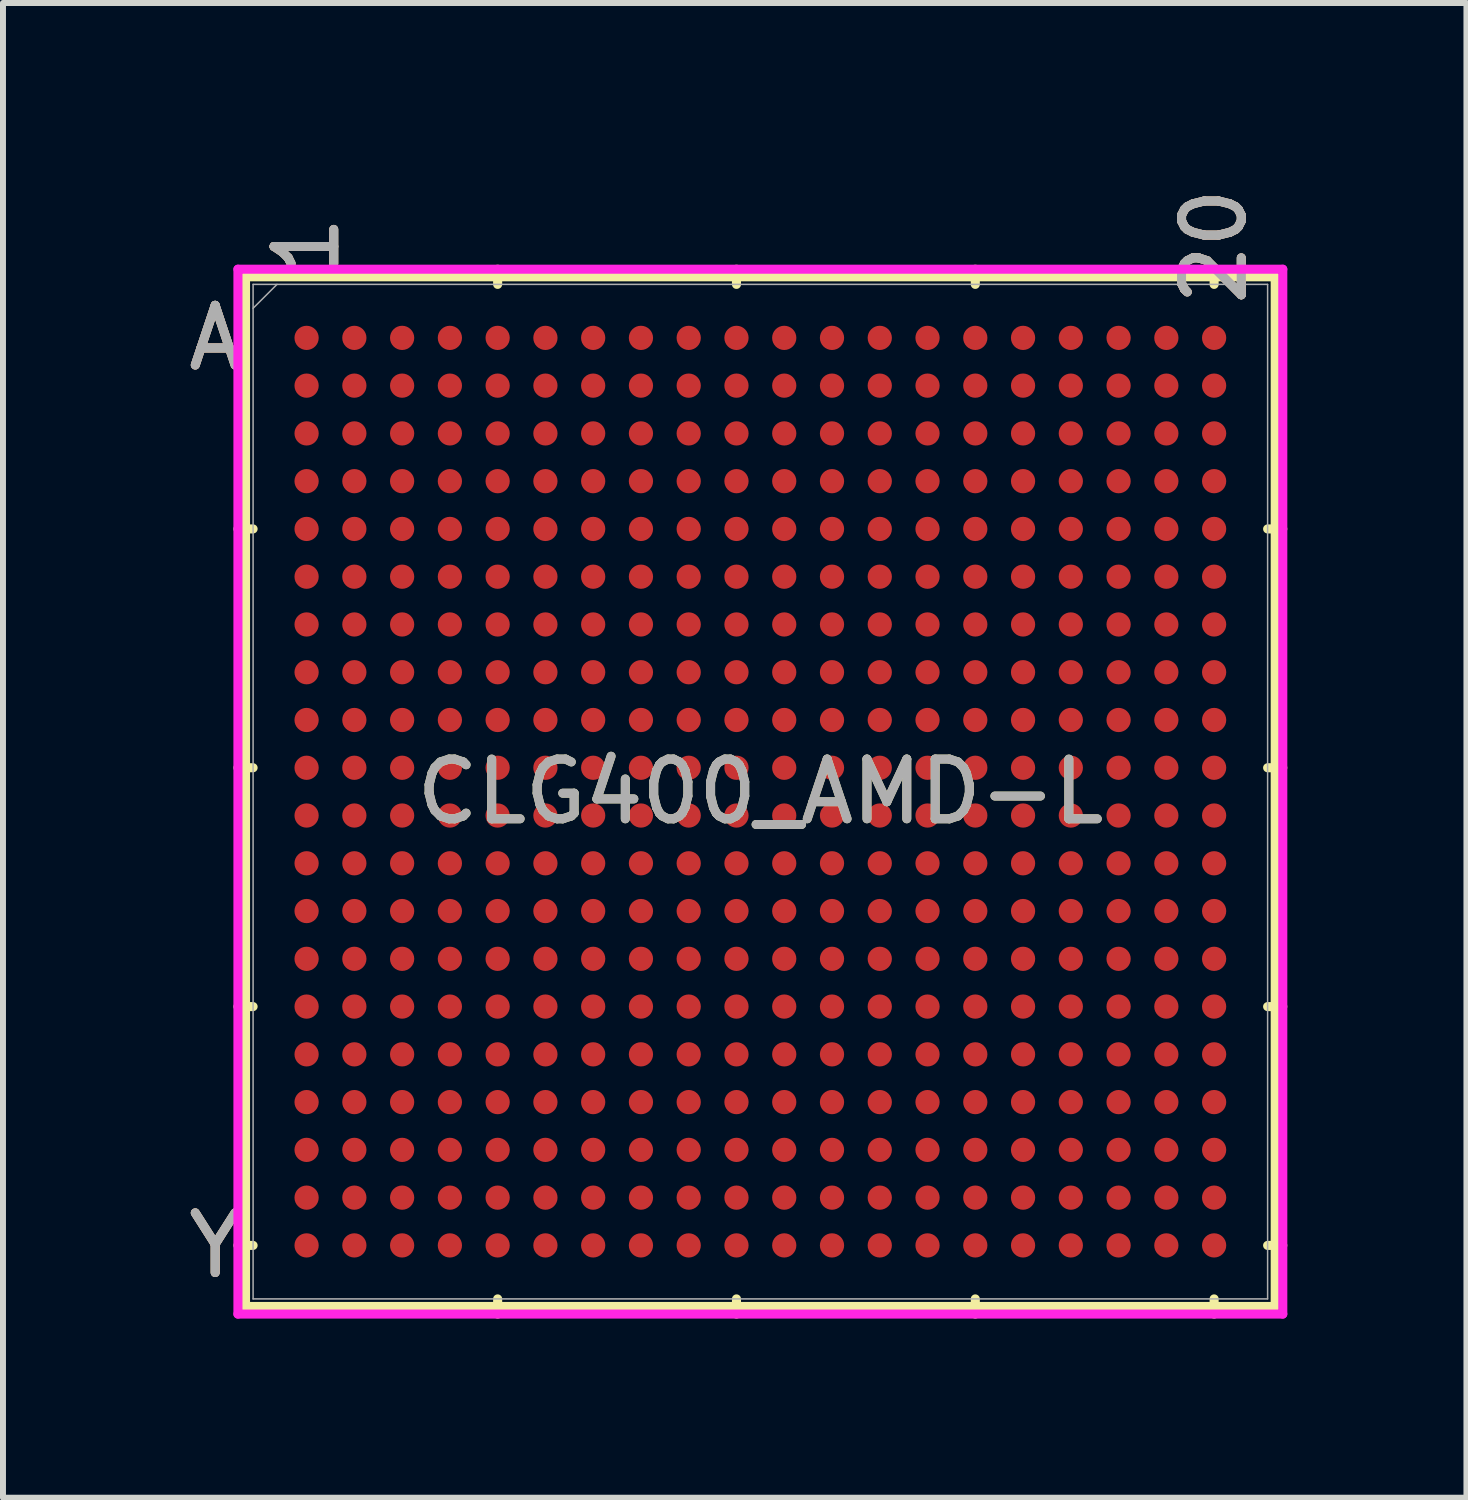
<source format=kicad_pcb>
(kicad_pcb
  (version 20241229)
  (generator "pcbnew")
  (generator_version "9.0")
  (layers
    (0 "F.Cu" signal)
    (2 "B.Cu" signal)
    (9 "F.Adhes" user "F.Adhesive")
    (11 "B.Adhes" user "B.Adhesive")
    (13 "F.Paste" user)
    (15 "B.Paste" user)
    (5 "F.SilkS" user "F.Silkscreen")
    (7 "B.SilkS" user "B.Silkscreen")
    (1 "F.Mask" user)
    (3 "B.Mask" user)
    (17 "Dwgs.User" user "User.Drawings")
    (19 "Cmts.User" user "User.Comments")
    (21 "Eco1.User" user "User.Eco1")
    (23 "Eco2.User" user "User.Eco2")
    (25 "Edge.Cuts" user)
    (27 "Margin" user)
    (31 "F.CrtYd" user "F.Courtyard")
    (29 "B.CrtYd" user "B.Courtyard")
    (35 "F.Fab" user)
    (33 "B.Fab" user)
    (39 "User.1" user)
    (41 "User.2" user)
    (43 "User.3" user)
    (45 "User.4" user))
  (footprint "CLG400_AMD-L"
    (layer "F.Cu")
    (at 9.685 10.209)
    (property "Reference" "CLG400_AMD-L" (at 0 0 0) (unlocked yes) (layer "F.SilkS") (effects (font (size 1 1) (thickness 0.15))))
    (attr smd)
    (fp_line (start -8.623 -8.623) (end -8.623 8.623) (stroke (width 0.152) (type solid)) (layer "F.SilkS"))
    (fp_line (start -8.623 8.623) (end 8.623 8.623) (stroke (width 0.152) (type solid)) (layer "F.SilkS"))
    (fp_line (start -8.496 -4.4) (end -8.75 -4.4) (stroke (width 0.152) (type solid)) (layer "F.SilkS"))
    (fp_line (start -8.496 -0.4) (end -8.75 -0.4) (stroke (width 0.152) (type solid)) (layer "F.SilkS"))
    (fp_line (start -8.496 3.6) (end -8.75 3.6) (stroke (width 0.152) (type solid)) (layer "F.SilkS"))
    (fp_line (start -8.496 7.6) (end -8.75 7.6) (stroke (width 0.152) (type solid)) (layer "F.SilkS"))
    (fp_line (start -4.4 -8.496) (end -4.4 -8.75) (stroke (width 0.152) (type solid)) (layer "F.SilkS"))
    (fp_line (start -4.4 8.496) (end -4.4 8.75) (stroke (width 0.152) (type solid)) (layer "F.SilkS"))
    (fp_line (start -0.4 -8.496) (end -0.4 -8.75) (stroke (width 0.152) (type solid)) (layer "F.SilkS"))
    (fp_line (start -0.4 8.496) (end -0.4 8.75) (stroke (width 0.152) (type solid)) (layer "F.SilkS"))
    (fp_line (start 3.6 -8.496) (end 3.6 -8.75) (stroke (width 0.152) (type solid)) (layer "F.SilkS"))
    (fp_line (start 3.6 8.496) (end 3.6 8.75) (stroke (width 0.152) (type solid)) (layer "F.SilkS"))
    (fp_line (start 7.6 -8.496) (end 7.6 -8.75) (stroke (width 0.152) (type solid)) (layer "F.SilkS"))
    (fp_line (start 7.6 8.496) (end 7.6 8.75) (stroke (width 0.152) (type solid)) (layer "F.SilkS"))
    (fp_line (start 8.496 -4.4) (end 8.75 -4.4) (stroke (width 0.152) (type solid)) (layer "F.SilkS"))
    (fp_line (start 8.496 -0.4) (end 8.75 -0.4) (stroke (width 0.152) (type solid)) (layer "F.SilkS"))
    (fp_line (start 8.496 3.6) (end 8.75 3.6) (stroke (width 0.152) (type solid)) (layer "F.SilkS"))
    (fp_line (start 8.496 7.6) (end 8.75 7.6) (stroke (width 0.152) (type solid)) (layer "F.SilkS"))
    (fp_line (start 8.623 -8.623) (end -8.623 -8.623) (stroke (width 0.152) (type solid)) (layer "F.SilkS"))
    (fp_line (start 8.623 8.623) (end 8.623 -8.623) (stroke (width 0.152) (type solid)) (layer "F.SilkS"))
    (fp_poly (pts (xy -8.444 -8.444) (xy 8.444 -8.444) (xy 8.444 8.444) (xy -8.444 8.444)) (stroke (width 0.1) (type solid)) (fill no) (layer "Eco2.User"))
    (fp_line (start -8.75 -8.75) (end 8.75 -8.75) (stroke (width 0.152) (type solid)) (layer "F.CrtYd"))
    (fp_line (start -8.75 8.75) (end -8.75 -8.75) (stroke (width 0.152) (type solid)) (layer "F.CrtYd"))
    (fp_line (start 8.75 -8.75) (end 8.75 8.75) (stroke (width 0.152) (type solid)) (layer "F.CrtYd"))
    (fp_line (start 8.75 8.75) (end -8.75 8.75) (stroke (width 0.152) (type solid)) (layer "F.CrtYd"))
    (fp_line (start -8.496 -8.496) (end -8.496 8.496) (stroke (width 0.025) (type solid)) (layer "F.Fab"))
    (fp_line (start -8.496 8.496) (end 8.496 8.496) (stroke (width 0.025) (type solid)) (layer "F.Fab"))
    (fp_line (start -8.096 -8.496) (end -8.496 -8.096) (stroke (width 0.025) (type solid)) (layer "F.Fab"))
    (fp_line (start 8.496 -8.496) (end -8.496 -8.496) (stroke (width 0.025) (type solid)) (layer "F.Fab"))
    (fp_line (start 8.496 8.496) (end 8.496 -8.496) (stroke (width 0.025) (type solid)) (layer "F.Fab"))
    (fp_text user "Y" (at -9.131 7.6 0) (unlocked yes) (layer "F.SilkS") (effects (font (size 1 1) (thickness 0.15))))
    (fp_text user "1" (at -7.6 -9.131 90) (unlocked yes) (layer "F.SilkS") (effects (font (size 1 1) (thickness 0.15))))
    (fp_text user "20" (at 7.6 -9.131 90) (unlocked yes) (layer "F.SilkS") (effects (font (size 1 1) (thickness 0.15))))
    (fp_text user "A" (at -9.131 -7.6 0) (unlocked yes) (layer "F.SilkS") (effects (font (size 1 1) (thickness 0.15))))
    (fp_text user "1" (at -7.6 -9.131 90) (unlocked yes) (layer "B.SilkS") (effects (font (size 1 1) (thickness 0.15))))
    (fp_text user "Y" (at -9.131 7.6 0) (unlocked yes) (layer "B.SilkS") (effects (font (size 1 1) (thickness 0.15))))
    (fp_text user "20" (at 7.6 -9.131 90) (unlocked yes) (layer "B.SilkS") (effects (font (size 1 1) (thickness 0.15))))
    (fp_text user "A" (at -9.131 -7.6 0) (unlocked yes) (layer "B.SilkS") (effects (font (size 1 1) (thickness 0.15))))
    (fp_text user "20" (at 7.6 -9.131 90) (unlocked yes) (layer "F.Fab") (effects (font (size 1 1) (thickness 0.15))))
    (fp_text user "Y" (at -9.131 7.6 0) (unlocked yes) (layer "F.Fab") (effects (font (size 1 1) (thickness 0.15))))
    (fp_text user "${REFERENCE}" (at 0 0 0) (unlocked yes) (layer "F.Fab") (effects (font (size 1 1) (thickness 0.15))))
    (fp_text user "1" (at -7.6 -9.131 90) (unlocked yes) (layer "F.Fab") (effects (font (size 1 1) (thickness 0.15))))
    (fp_text user "A" (at -9.131 -7.6 0) (unlocked yes) (layer "F.Fab") (effects (font (size 1 1) (thickness 0.15))))
    (pad "A1" smd circle (at -7.6 -7.6) (size 0.406 0.406) (layers "F.Cu" "F.Mask" "F.Paste"))
    (pad "A2" smd circle (at -6.8 -7.6) (size 0.406 0.406) (layers "F.Cu" "F.Mask" "F.Paste"))
    (pad "A3" smd circle (at -6 -7.6) (size 0.406 0.406) (layers "F.Cu" "F.Mask" "F.Paste"))
    (pad "A4" smd circle (at -5.2 -7.6) (size 0.406 0.406) (layers "F.Cu" "F.Mask" "F.Paste"))
    (pad "A5" smd circle (at -4.4 -7.6) (size 0.406 0.406) (layers "F.Cu" "F.Mask" "F.Paste"))
    (pad "A6" smd circle (at -3.6 -7.6) (size 0.406 0.406) (layers "F.Cu" "F.Mask" "F.Paste"))
    (pad "A7" smd circle (at -2.8 -7.6) (size 0.406 0.406) (layers "F.Cu" "F.Mask" "F.Paste"))
    (pad "A8" smd circle (at -2 -7.6) (size 0.406 0.406) (layers "F.Cu" "F.Mask" "F.Paste"))
    (pad "A9" smd circle (at -1.2 -7.6) (size 0.406 0.406) (layers "F.Cu" "F.Mask" "F.Paste"))
    (pad "A10" smd circle (at -0.4 -7.6) (size 0.406 0.406) (layers "F.Cu" "F.Mask" "F.Paste"))
    (pad "A11" smd circle (at 0.4 -7.6) (size 0.406 0.406) (layers "F.Cu" "F.Mask" "F.Paste"))
    (pad "A12" smd circle (at 1.2 -7.6) (size 0.406 0.406) (layers "F.Cu" "F.Mask" "F.Paste"))
    (pad "A13" smd circle (at 2 -7.6) (size 0.406 0.406) (layers "F.Cu" "F.Mask" "F.Paste"))
    (pad "A14" smd circle (at 2.8 -7.6) (size 0.406 0.406) (layers "F.Cu" "F.Mask" "F.Paste"))
    (pad "A15" smd circle (at 3.6 -7.6) (size 0.406 0.406) (layers "F.Cu" "F.Mask" "F.Paste"))
    (pad "A16" smd circle (at 4.4 -7.6) (size 0.406 0.406) (layers "F.Cu" "F.Mask" "F.Paste"))
    (pad "A17" smd circle (at 5.2 -7.6) (size 0.406 0.406) (layers "F.Cu" "F.Mask" "F.Paste"))
    (pad "A18" smd circle (at 6 -7.6) (size 0.406 0.406) (layers "F.Cu" "F.Mask" "F.Paste"))
    (pad "A19" smd circle (at 6.8 -7.6) (size 0.406 0.406) (layers "F.Cu" "F.Mask" "F.Paste"))
    (pad "A20" smd circle (at 7.6 -7.6) (size 0.406 0.406) (layers "F.Cu" "F.Mask" "F.Paste"))
    (pad "B1" smd circle (at -7.6 -6.8) (size 0.406 0.406) (layers "F.Cu" "F.Mask" "F.Paste"))
    (pad "B2" smd circle (at -6.8 -6.8) (size 0.406 0.406) (layers "F.Cu" "F.Mask" "F.Paste"))
    (pad "B3" smd circle (at -6 -6.8) (size 0.406 0.406) (layers "F.Cu" "F.Mask" "F.Paste"))
    (pad "B4" smd circle (at -5.2 -6.8) (size 0.406 0.406) (layers "F.Cu" "F.Mask" "F.Paste"))
    (pad "B5" smd circle (at -4.4 -6.8) (size 0.406 0.406) (layers "F.Cu" "F.Mask" "F.Paste"))
    (pad "B6" smd circle (at -3.6 -6.8) (size 0.406 0.406) (layers "F.Cu" "F.Mask" "F.Paste"))
    (pad "B7" smd circle (at -2.8 -6.8) (size 0.406 0.406) (layers "F.Cu" "F.Mask" "F.Paste"))
    (pad "B8" smd circle (at -2 -6.8) (size 0.406 0.406) (layers "F.Cu" "F.Mask" "F.Paste"))
    (pad "B9" smd circle (at -1.2 -6.8) (size 0.406 0.406) (layers "F.Cu" "F.Mask" "F.Paste"))
    (pad "B10" smd circle (at -0.4 -6.8) (size 0.406 0.406) (layers "F.Cu" "F.Mask" "F.Paste"))
    (pad "B11" smd circle (at 0.4 -6.8) (size 0.406 0.406) (layers "F.Cu" "F.Mask" "F.Paste"))
    (pad "B12" smd circle (at 1.2 -6.8) (size 0.406 0.406) (layers "F.Cu" "F.Mask" "F.Paste"))
    (pad "B13" smd circle (at 2 -6.8) (size 0.406 0.406) (layers "F.Cu" "F.Mask" "F.Paste"))
    (pad "B14" smd circle (at 2.8 -6.8) (size 0.406 0.406) (layers "F.Cu" "F.Mask" "F.Paste"))
    (pad "B15" smd circle (at 3.6 -6.8) (size 0.406 0.406) (layers "F.Cu" "F.Mask" "F.Paste"))
    (pad "B16" smd circle (at 4.4 -6.8) (size 0.406 0.406) (layers "F.Cu" "F.Mask" "F.Paste"))
    (pad "B17" smd circle (at 5.2 -6.8) (size 0.406 0.406) (layers "F.Cu" "F.Mask" "F.Paste"))
    (pad "B18" smd circle (at 6 -6.8) (size 0.406 0.406) (layers "F.Cu" "F.Mask" "F.Paste"))
    (pad "B19" smd circle (at 6.8 -6.8) (size 0.406 0.406) (layers "F.Cu" "F.Mask" "F.Paste"))
    (pad "B20" smd circle (at 7.6 -6.8) (size 0.406 0.406) (layers "F.Cu" "F.Mask" "F.Paste"))
    (pad "C1" smd circle (at -7.6 -6) (size 0.406 0.406) (layers "F.Cu" "F.Mask" "F.Paste"))
    (pad "C2" smd circle (at -6.8 -6) (size 0.406 0.406) (layers "F.Cu" "F.Mask" "F.Paste"))
    (pad "C3" smd circle (at -6 -6) (size 0.406 0.406) (layers "F.Cu" "F.Mask" "F.Paste"))
    (pad "C4" smd circle (at -5.2 -6) (size 0.406 0.406) (layers "F.Cu" "F.Mask" "F.Paste"))
    (pad "C5" smd circle (at -4.4 -6) (size 0.406 0.406) (layers "F.Cu" "F.Mask" "F.Paste"))
    (pad "C6" smd circle (at -3.6 -6) (size 0.406 0.406) (layers "F.Cu" "F.Mask" "F.Paste"))
    (pad "C7" smd circle (at -2.8 -6) (size 0.406 0.406) (layers "F.Cu" "F.Mask" "F.Paste"))
    (pad "C8" smd circle (at -2 -6) (size 0.406 0.406) (layers "F.Cu" "F.Mask" "F.Paste"))
    (pad "C9" smd circle (at -1.2 -6) (size 0.406 0.406) (layers "F.Cu" "F.Mask" "F.Paste"))
    (pad "C10" smd circle (at -0.4 -6) (size 0.406 0.406) (layers "F.Cu" "F.Mask" "F.Paste"))
    (pad "C11" smd circle (at 0.4 -6) (size 0.406 0.406) (layers "F.Cu" "F.Mask" "F.Paste"))
    (pad "C12" smd circle (at 1.2 -6) (size 0.406 0.406) (layers "F.Cu" "F.Mask" "F.Paste"))
    (pad "C13" smd circle (at 2 -6) (size 0.406 0.406) (layers "F.Cu" "F.Mask" "F.Paste"))
    (pad "C14" smd circle (at 2.8 -6) (size 0.406 0.406) (layers "F.Cu" "F.Mask" "F.Paste"))
    (pad "C15" smd circle (at 3.6 -6) (size 0.406 0.406) (layers "F.Cu" "F.Mask" "F.Paste"))
    (pad "C16" smd circle (at 4.4 -6) (size 0.406 0.406) (layers "F.Cu" "F.Mask" "F.Paste"))
    (pad "C17" smd circle (at 5.2 -6) (size 0.406 0.406) (layers "F.Cu" "F.Mask" "F.Paste"))
    (pad "C18" smd circle (at 6 -6) (size 0.406 0.406) (layers "F.Cu" "F.Mask" "F.Paste"))
    (pad "C19" smd circle (at 6.8 -6) (size 0.406 0.406) (layers "F.Cu" "F.Mask" "F.Paste"))
    (pad "C20" smd circle (at 7.6 -6) (size 0.406 0.406) (layers "F.Cu" "F.Mask" "F.Paste"))
    (pad "D1" smd circle (at -7.6 -5.2) (size 0.406 0.406) (layers "F.Cu" "F.Mask" "F.Paste"))
    (pad "D2" smd circle (at -6.8 -5.2) (size 0.406 0.406) (layers "F.Cu" "F.Mask" "F.Paste"))
    (pad "D3" smd circle (at -6 -5.2) (size 0.406 0.406) (layers "F.Cu" "F.Mask" "F.Paste"))
    (pad "D4" smd circle (at -5.2 -5.2) (size 0.406 0.406) (layers "F.Cu" "F.Mask" "F.Paste"))
    (pad "D5" smd circle (at -4.4 -5.2) (size 0.406 0.406) (layers "F.Cu" "F.Mask" "F.Paste"))
    (pad "D6" smd circle (at -3.6 -5.2) (size 0.406 0.406) (layers "F.Cu" "F.Mask" "F.Paste"))
    (pad "D7" smd circle (at -2.8 -5.2) (size 0.406 0.406) (layers "F.Cu" "F.Mask" "F.Paste"))
    (pad "D8" smd circle (at -2 -5.2) (size 0.406 0.406) (layers "F.Cu" "F.Mask" "F.Paste"))
    (pad "D9" smd circle (at -1.2 -5.2) (size 0.406 0.406) (layers "F.Cu" "F.Mask" "F.Paste"))
    (pad "D10" smd circle (at -0.4 -5.2) (size 0.406 0.406) (layers "F.Cu" "F.Mask" "F.Paste"))
    (pad "D11" smd circle (at 0.4 -5.2) (size 0.406 0.406) (layers "F.Cu" "F.Mask" "F.Paste"))
    (pad "D12" smd circle (at 1.2 -5.2) (size 0.406 0.406) (layers "F.Cu" "F.Mask" "F.Paste"))
    (pad "D13" smd circle (at 2 -5.2) (size 0.406 0.406) (layers "F.Cu" "F.Mask" "F.Paste"))
    (pad "D14" smd circle (at 2.8 -5.2) (size 0.406 0.406) (layers "F.Cu" "F.Mask" "F.Paste"))
    (pad "D15" smd circle (at 3.6 -5.2) (size 0.406 0.406) (layers "F.Cu" "F.Mask" "F.Paste"))
    (pad "D16" smd circle (at 4.4 -5.2) (size 0.406 0.406) (layers "F.Cu" "F.Mask" "F.Paste"))
    (pad "D17" smd circle (at 5.2 -5.2) (size 0.406 0.406) (layers "F.Cu" "F.Mask" "F.Paste"))
    (pad "D18" smd circle (at 6 -5.2) (size 0.406 0.406) (layers "F.Cu" "F.Mask" "F.Paste"))
    (pad "D19" smd circle (at 6.8 -5.2) (size 0.406 0.406) (layers "F.Cu" "F.Mask" "F.Paste"))
    (pad "D20" smd circle (at 7.6 -5.2) (size 0.406 0.406) (layers "F.Cu" "F.Mask" "F.Paste"))
    (pad "E1" smd circle (at -7.6 -4.4) (size 0.406 0.406) (layers "F.Cu" "F.Mask" "F.Paste"))
    (pad "E2" smd circle (at -6.8 -4.4) (size 0.406 0.406) (layers "F.Cu" "F.Mask" "F.Paste"))
    (pad "E3" smd circle (at -6 -4.4) (size 0.406 0.406) (layers "F.Cu" "F.Mask" "F.Paste"))
    (pad "E4" smd circle (at -5.2 -4.4) (size 0.406 0.406) (layers "F.Cu" "F.Mask" "F.Paste"))
    (pad "E5" smd circle (at -4.4 -4.4) (size 0.406 0.406) (layers "F.Cu" "F.Mask" "F.Paste"))
    (pad "E6" smd circle (at -3.6 -4.4) (size 0.406 0.406) (layers "F.Cu" "F.Mask" "F.Paste"))
    (pad "E7" smd circle (at -2.8 -4.4) (size 0.406 0.406) (layers "F.Cu" "F.Mask" "F.Paste"))
    (pad "E8" smd circle (at -2 -4.4) (size 0.406 0.406) (layers "F.Cu" "F.Mask" "F.Paste"))
    (pad "E9" smd circle (at -1.2 -4.4) (size 0.406 0.406) (layers "F.Cu" "F.Mask" "F.Paste"))
    (pad "E10" smd circle (at -0.4 -4.4) (size 0.406 0.406) (layers "F.Cu" "F.Mask" "F.Paste"))
    (pad "E11" smd circle (at 0.4 -4.4) (size 0.406 0.406) (layers "F.Cu" "F.Mask" "F.Paste"))
    (pad "E12" smd circle (at 1.2 -4.4) (size 0.406 0.406) (layers "F.Cu" "F.Mask" "F.Paste"))
    (pad "E13" smd circle (at 2 -4.4) (size 0.406 0.406) (layers "F.Cu" "F.Mask" "F.Paste"))
    (pad "E14" smd circle (at 2.8 -4.4) (size 0.406 0.406) (layers "F.Cu" "F.Mask" "F.Paste"))
    (pad "E15" smd circle (at 3.6 -4.4) (size 0.406 0.406) (layers "F.Cu" "F.Mask" "F.Paste"))
    (pad "E16" smd circle (at 4.4 -4.4) (size 0.406 0.406) (layers "F.Cu" "F.Mask" "F.Paste"))
    (pad "E17" smd circle (at 5.2 -4.4) (size 0.406 0.406) (layers "F.Cu" "F.Mask" "F.Paste"))
    (pad "E18" smd circle (at 6 -4.4) (size 0.406 0.406) (layers "F.Cu" "F.Mask" "F.Paste"))
    (pad "E19" smd circle (at 6.8 -4.4) (size 0.406 0.406) (layers "F.Cu" "F.Mask" "F.Paste"))
    (pad "E20" smd circle (at 7.6 -4.4) (size 0.406 0.406) (layers "F.Cu" "F.Mask" "F.Paste"))
    (pad "F1" smd circle (at -7.6 -3.6) (size 0.406 0.406) (layers "F.Cu" "F.Mask" "F.Paste"))
    (pad "F2" smd circle (at -6.8 -3.6) (size 0.406 0.406) (layers "F.Cu" "F.Mask" "F.Paste"))
    (pad "F3" smd circle (at -6 -3.6) (size 0.406 0.406) (layers "F.Cu" "F.Mask" "F.Paste"))
    (pad "F4" smd circle (at -5.2 -3.6) (size 0.406 0.406) (layers "F.Cu" "F.Mask" "F.Paste"))
    (pad "F5" smd circle (at -4.4 -3.6) (size 0.406 0.406) (layers "F.Cu" "F.Mask" "F.Paste"))
    (pad "F6" smd circle (at -3.6 -3.6) (size 0.406 0.406) (layers "F.Cu" "F.Mask" "F.Paste"))
    (pad "F7" smd circle (at -2.8 -3.6) (size 0.406 0.406) (layers "F.Cu" "F.Mask" "F.Paste"))
    (pad "F8" smd circle (at -2 -3.6) (size 0.406 0.406) (layers "F.Cu" "F.Mask" "F.Paste"))
    (pad "F9" smd circle (at -1.2 -3.6) (size 0.406 0.406) (layers "F.Cu" "F.Mask" "F.Paste"))
    (pad "F10" smd circle (at -0.4 -3.6) (size 0.406 0.406) (layers "F.Cu" "F.Mask" "F.Paste"))
    (pad "F11" smd circle (at 0.4 -3.6) (size 0.406 0.406) (layers "F.Cu" "F.Mask" "F.Paste"))
    (pad "F12" smd circle (at 1.2 -3.6) (size 0.406 0.406) (layers "F.Cu" "F.Mask" "F.Paste"))
    (pad "F13" smd circle (at 2 -3.6) (size 0.406 0.406) (layers "F.Cu" "F.Mask" "F.Paste"))
    (pad "F14" smd circle (at 2.8 -3.6) (size 0.406 0.406) (layers "F.Cu" "F.Mask" "F.Paste"))
    (pad "F15" smd circle (at 3.6 -3.6) (size 0.406 0.406) (layers "F.Cu" "F.Mask" "F.Paste"))
    (pad "F16" smd circle (at 4.4 -3.6) (size 0.406 0.406) (layers "F.Cu" "F.Mask" "F.Paste"))
    (pad "F17" smd circle (at 5.2 -3.6) (size 0.406 0.406) (layers "F.Cu" "F.Mask" "F.Paste"))
    (pad "F18" smd circle (at 6 -3.6) (size 0.406 0.406) (layers "F.Cu" "F.Mask" "F.Paste"))
    (pad "F19" smd circle (at 6.8 -3.6) (size 0.406 0.406) (layers "F.Cu" "F.Mask" "F.Paste"))
    (pad "F20" smd circle (at 7.6 -3.6) (size 0.406 0.406) (layers "F.Cu" "F.Mask" "F.Paste"))
    (pad "G1" smd circle (at -7.6 -2.8) (size 0.406 0.406) (layers "F.Cu" "F.Mask" "F.Paste"))
    (pad "G2" smd circle (at -6.8 -2.8) (size 0.406 0.406) (layers "F.Cu" "F.Mask" "F.Paste"))
    (pad "G3" smd circle (at -6 -2.8) (size 0.406 0.406) (layers "F.Cu" "F.Mask" "F.Paste"))
    (pad "G4" smd circle (at -5.2 -2.8) (size 0.406 0.406) (layers "F.Cu" "F.Mask" "F.Paste"))
    (pad "G5" smd circle (at -4.4 -2.8) (size 0.406 0.406) (layers "F.Cu" "F.Mask" "F.Paste"))
    (pad "G6" smd circle (at -3.6 -2.8) (size 0.406 0.406) (layers "F.Cu" "F.Mask" "F.Paste"))
    (pad "G7" smd circle (at -2.8 -2.8) (size 0.406 0.406) (layers "F.Cu" "F.Mask" "F.Paste"))
    (pad "G8" smd circle (at -2 -2.8) (size 0.406 0.406) (layers "F.Cu" "F.Mask" "F.Paste"))
    (pad "G9" smd circle (at -1.2 -2.8) (size 0.406 0.406) (layers "F.Cu" "F.Mask" "F.Paste"))
    (pad "G10" smd circle (at -0.4 -2.8) (size 0.406 0.406) (layers "F.Cu" "F.Mask" "F.Paste"))
    (pad "G11" smd circle (at 0.4 -2.8) (size 0.406 0.406) (layers "F.Cu" "F.Mask" "F.Paste"))
    (pad "G12" smd circle (at 1.2 -2.8) (size 0.406 0.406) (layers "F.Cu" "F.Mask" "F.Paste"))
    (pad "G13" smd circle (at 2 -2.8) (size 0.406 0.406) (layers "F.Cu" "F.Mask" "F.Paste"))
    (pad "G14" smd circle (at 2.8 -2.8) (size 0.406 0.406) (layers "F.Cu" "F.Mask" "F.Paste"))
    (pad "G15" smd circle (at 3.6 -2.8) (size 0.406 0.406) (layers "F.Cu" "F.Mask" "F.Paste"))
    (pad "G16" smd circle (at 4.4 -2.8) (size 0.406 0.406) (layers "F.Cu" "F.Mask" "F.Paste"))
    (pad "G17" smd circle (at 5.2 -2.8) (size 0.406 0.406) (layers "F.Cu" "F.Mask" "F.Paste"))
    (pad "G18" smd circle (at 6 -2.8) (size 0.406 0.406) (layers "F.Cu" "F.Mask" "F.Paste"))
    (pad "G19" smd circle (at 6.8 -2.8) (size 0.406 0.406) (layers "F.Cu" "F.Mask" "F.Paste"))
    (pad "G20" smd circle (at 7.6 -2.8) (size 0.406 0.406) (layers "F.Cu" "F.Mask" "F.Paste"))
    (pad "H1" smd circle (at -7.6 -2) (size 0.406 0.406) (layers "F.Cu" "F.Mask" "F.Paste"))
    (pad "H2" smd circle (at -6.8 -2) (size 0.406 0.406) (layers "F.Cu" "F.Mask" "F.Paste"))
    (pad "H3" smd circle (at -6 -2) (size 0.406 0.406) (layers "F.Cu" "F.Mask" "F.Paste"))
    (pad "H4" smd circle (at -5.2 -2) (size 0.406 0.406) (layers "F.Cu" "F.Mask" "F.Paste"))
    (pad "H5" smd circle (at -4.4 -2) (size 0.406 0.406) (layers "F.Cu" "F.Mask" "F.Paste"))
    (pad "H6" smd circle (at -3.6 -2) (size 0.406 0.406) (layers "F.Cu" "F.Mask" "F.Paste"))
    (pad "H7" smd circle (at -2.8 -2) (size 0.406 0.406) (layers "F.Cu" "F.Mask" "F.Paste"))
    (pad "H8" smd circle (at -2 -2) (size 0.406 0.406) (layers "F.Cu" "F.Mask" "F.Paste"))
    (pad "H9" smd circle (at -1.2 -2) (size 0.406 0.406) (layers "F.Cu" "F.Mask" "F.Paste"))
    (pad "H10" smd circle (at -0.4 -2) (size 0.406 0.406) (layers "F.Cu" "F.Mask" "F.Paste"))
    (pad "H11" smd circle (at 0.4 -2) (size 0.406 0.406) (layers "F.Cu" "F.Mask" "F.Paste"))
    (pad "H12" smd circle (at 1.2 -2) (size 0.406 0.406) (layers "F.Cu" "F.Mask" "F.Paste"))
    (pad "H13" smd circle (at 2 -2) (size 0.406 0.406) (layers "F.Cu" "F.Mask" "F.Paste"))
    (pad "H14" smd circle (at 2.8 -2) (size 0.406 0.406) (layers "F.Cu" "F.Mask" "F.Paste"))
    (pad "H15" smd circle (at 3.6 -2) (size 0.406 0.406) (layers "F.Cu" "F.Mask" "F.Paste"))
    (pad "H16" smd circle (at 4.4 -2) (size 0.406 0.406) (layers "F.Cu" "F.Mask" "F.Paste"))
    (pad "H17" smd circle (at 5.2 -2) (size 0.406 0.406) (layers "F.Cu" "F.Mask" "F.Paste"))
    (pad "H18" smd circle (at 6 -2) (size 0.406 0.406) (layers "F.Cu" "F.Mask" "F.Paste"))
    (pad "H19" smd circle (at 6.8 -2) (size 0.406 0.406) (layers "F.Cu" "F.Mask" "F.Paste"))
    (pad "H20" smd circle (at 7.6 -2) (size 0.406 0.406) (layers "F.Cu" "F.Mask" "F.Paste"))
    (pad "J1" smd circle (at -7.6 -1.2) (size 0.406 0.406) (layers "F.Cu" "F.Mask" "F.Paste"))
    (pad "J2" smd circle (at -6.8 -1.2) (size 0.406 0.406) (layers "F.Cu" "F.Mask" "F.Paste"))
    (pad "J3" smd circle (at -6 -1.2) (size 0.406 0.406) (layers "F.Cu" "F.Mask" "F.Paste"))
    (pad "J4" smd circle (at -5.2 -1.2) (size 0.406 0.406) (layers "F.Cu" "F.Mask" "F.Paste"))
    (pad "J5" smd circle (at -4.4 -1.2) (size 0.406 0.406) (layers "F.Cu" "F.Mask" "F.Paste"))
    (pad "J6" smd circle (at -3.6 -1.2) (size 0.406 0.406) (layers "F.Cu" "F.Mask" "F.Paste"))
    (pad "J7" smd circle (at -2.8 -1.2) (size 0.406 0.406) (layers "F.Cu" "F.Mask" "F.Paste"))
    (pad "J8" smd circle (at -2 -1.2) (size 0.406 0.406) (layers "F.Cu" "F.Mask" "F.Paste"))
    (pad "J9" smd circle (at -1.2 -1.2) (size 0.406 0.406) (layers "F.Cu" "F.Mask" "F.Paste"))
    (pad "J10" smd circle (at -0.4 -1.2) (size 0.406 0.406) (layers "F.Cu" "F.Mask" "F.Paste"))
    (pad "J11" smd circle (at 0.4 -1.2) (size 0.406 0.406) (layers "F.Cu" "F.Mask" "F.Paste"))
    (pad "J12" smd circle (at 1.2 -1.2) (size 0.406 0.406) (layers "F.Cu" "F.Mask" "F.Paste"))
    (pad "J13" smd circle (at 2 -1.2) (size 0.406 0.406) (layers "F.Cu" "F.Mask" "F.Paste"))
    (pad "J14" smd circle (at 2.8 -1.2) (size 0.406 0.406) (layers "F.Cu" "F.Mask" "F.Paste"))
    (pad "J15" smd circle (at 3.6 -1.2) (size 0.406 0.406) (layers "F.Cu" "F.Mask" "F.Paste"))
    (pad "J16" smd circle (at 4.4 -1.2) (size 0.406 0.406) (layers "F.Cu" "F.Mask" "F.Paste"))
    (pad "J17" smd circle (at 5.2 -1.2) (size 0.406 0.406) (layers "F.Cu" "F.Mask" "F.Paste"))
    (pad "J18" smd circle (at 6 -1.2) (size 0.406 0.406) (layers "F.Cu" "F.Mask" "F.Paste"))
    (pad "J19" smd circle (at 6.8 -1.2) (size 0.406 0.406) (layers "F.Cu" "F.Mask" "F.Paste"))
    (pad "J20" smd circle (at 7.6 -1.2) (size 0.406 0.406) (layers "F.Cu" "F.Mask" "F.Paste"))
    (pad "K1" smd circle (at -7.6 -0.4) (size 0.406 0.406) (layers "F.Cu" "F.Mask" "F.Paste"))
    (pad "K2" smd circle (at -6.8 -0.4) (size 0.406 0.406) (layers "F.Cu" "F.Mask" "F.Paste"))
    (pad "K3" smd circle (at -6 -0.4) (size 0.406 0.406) (layers "F.Cu" "F.Mask" "F.Paste"))
    (pad "K4" smd circle (at -5.2 -0.4) (size 0.406 0.406) (layers "F.Cu" "F.Mask" "F.Paste"))
    (pad "K5" smd circle (at -4.4 -0.4) (size 0.406 0.406) (layers "F.Cu" "F.Mask" "F.Paste"))
    (pad "K6" smd circle (at -3.6 -0.4) (size 0.406 0.406) (layers "F.Cu" "F.Mask" "F.Paste"))
    (pad "K7" smd circle (at -2.8 -0.4) (size 0.406 0.406) (layers "F.Cu" "F.Mask" "F.Paste"))
    (pad "K8" smd circle (at -2 -0.4) (size 0.406 0.406) (layers "F.Cu" "F.Mask" "F.Paste"))
    (pad "K9" smd circle (at -1.2 -0.4) (size 0.406 0.406) (layers "F.Cu" "F.Mask" "F.Paste"))
    (pad "K10" smd circle (at -0.4 -0.4) (size 0.406 0.406) (layers "F.Cu" "F.Mask" "F.Paste"))
    (pad "K11" smd circle (at 0.4 -0.4) (size 0.406 0.406) (layers "F.Cu" "F.Mask" "F.Paste"))
    (pad "K12" smd circle (at 1.2 -0.4) (size 0.406 0.406) (layers "F.Cu" "F.Mask" "F.Paste"))
    (pad "K13" smd circle (at 2 -0.4) (size 0.406 0.406) (layers "F.Cu" "F.Mask" "F.Paste"))
    (pad "K14" smd circle (at 2.8 -0.4) (size 0.406 0.406) (layers "F.Cu" "F.Mask" "F.Paste"))
    (pad "K15" smd circle (at 3.6 -0.4) (size 0.406 0.406) (layers "F.Cu" "F.Mask" "F.Paste"))
    (pad "K16" smd circle (at 4.4 -0.4) (size 0.406 0.406) (layers "F.Cu" "F.Mask" "F.Paste"))
    (pad "K17" smd circle (at 5.2 -0.4) (size 0.406 0.406) (layers "F.Cu" "F.Mask" "F.Paste"))
    (pad "K18" smd circle (at 6 -0.4) (size 0.406 0.406) (layers "F.Cu" "F.Mask" "F.Paste"))
    (pad "K19" smd circle (at 6.8 -0.4) (size 0.406 0.406) (layers "F.Cu" "F.Mask" "F.Paste"))
    (pad "K20" smd circle (at 7.6 -0.4) (size 0.406 0.406) (layers "F.Cu" "F.Mask" "F.Paste"))
    (pad "L1" smd circle (at -7.6 0.4) (size 0.406 0.406) (layers "F.Cu" "F.Mask" "F.Paste"))
    (pad "L2" smd circle (at -6.8 0.4) (size 0.406 0.406) (layers "F.Cu" "F.Mask" "F.Paste"))
    (pad "L3" smd circle (at -6 0.4) (size 0.406 0.406) (layers "F.Cu" "F.Mask" "F.Paste"))
    (pad "L4" smd circle (at -5.2 0.4) (size 0.406 0.406) (layers "F.Cu" "F.Mask" "F.Paste"))
    (pad "L5" smd circle (at -4.4 0.4) (size 0.406 0.406) (layers "F.Cu" "F.Mask" "F.Paste"))
    (pad "L6" smd circle (at -3.6 0.4) (size 0.406 0.406) (layers "F.Cu" "F.Mask" "F.Paste"))
    (pad "L7" smd circle (at -2.8 0.4) (size 0.406 0.406) (layers "F.Cu" "F.Mask" "F.Paste"))
    (pad "L8" smd circle (at -2 0.4) (size 0.406 0.406) (layers "F.Cu" "F.Mask" "F.Paste"))
    (pad "L9" smd circle (at -1.2 0.4) (size 0.406 0.406) (layers "F.Cu" "F.Mask" "F.Paste"))
    (pad "L10" smd circle (at -0.4 0.4) (size 0.406 0.406) (layers "F.Cu" "F.Mask" "F.Paste"))
    (pad "L11" smd circle (at 0.4 0.4) (size 0.406 0.406) (layers "F.Cu" "F.Mask" "F.Paste"))
    (pad "L12" smd circle (at 1.2 0.4) (size 0.406 0.406) (layers "F.Cu" "F.Mask" "F.Paste"))
    (pad "L13" smd circle (at 2 0.4) (size 0.406 0.406) (layers "F.Cu" "F.Mask" "F.Paste"))
    (pad "L14" smd circle (at 2.8 0.4) (size 0.406 0.406) (layers "F.Cu" "F.Mask" "F.Paste"))
    (pad "L15" smd circle (at 3.6 0.4) (size 0.406 0.406) (layers "F.Cu" "F.Mask" "F.Paste"))
    (pad "L16" smd circle (at 4.4 0.4) (size 0.406 0.406) (layers "F.Cu" "F.Mask" "F.Paste"))
    (pad "L17" smd circle (at 5.2 0.4) (size 0.406 0.406) (layers "F.Cu" "F.Mask" "F.Paste"))
    (pad "L18" smd circle (at 6 0.4) (size 0.406 0.406) (layers "F.Cu" "F.Mask" "F.Paste"))
    (pad "L19" smd circle (at 6.8 0.4) (size 0.406 0.406) (layers "F.Cu" "F.Mask" "F.Paste"))
    (pad "L20" smd circle (at 7.6 0.4) (size 0.406 0.406) (layers "F.Cu" "F.Mask" "F.Paste"))
    (pad "M1" smd circle (at -7.6 1.2) (size 0.406 0.406) (layers "F.Cu" "F.Mask" "F.Paste"))
    (pad "M2" smd circle (at -6.8 1.2) (size 0.406 0.406) (layers "F.Cu" "F.Mask" "F.Paste"))
    (pad "M3" smd circle (at -6 1.2) (size 0.406 0.406) (layers "F.Cu" "F.Mask" "F.Paste"))
    (pad "M4" smd circle (at -5.2 1.2) (size 0.406 0.406) (layers "F.Cu" "F.Mask" "F.Paste"))
    (pad "M5" smd circle (at -4.4 1.2) (size 0.406 0.406) (layers "F.Cu" "F.Mask" "F.Paste"))
    (pad "M6" smd circle (at -3.6 1.2) (size 0.406 0.406) (layers "F.Cu" "F.Mask" "F.Paste"))
    (pad "M7" smd circle (at -2.8 1.2) (size 0.406 0.406) (layers "F.Cu" "F.Mask" "F.Paste"))
    (pad "M8" smd circle (at -2 1.2) (size 0.406 0.406) (layers "F.Cu" "F.Mask" "F.Paste"))
    (pad "M9" smd circle (at -1.2 1.2) (size 0.406 0.406) (layers "F.Cu" "F.Mask" "F.Paste"))
    (pad "M10" smd circle (at -0.4 1.2) (size 0.406 0.406) (layers "F.Cu" "F.Mask" "F.Paste"))
    (pad "M11" smd circle (at 0.4 1.2) (size 0.406 0.406) (layers "F.Cu" "F.Mask" "F.Paste"))
    (pad "M12" smd circle (at 1.2 1.2) (size 0.406 0.406) (layers "F.Cu" "F.Mask" "F.Paste"))
    (pad "M13" smd circle (at 2 1.2) (size 0.406 0.406) (layers "F.Cu" "F.Mask" "F.Paste"))
    (pad "M14" smd circle (at 2.8 1.2) (size 0.406 0.406) (layers "F.Cu" "F.Mask" "F.Paste"))
    (pad "M15" smd circle (at 3.6 1.2) (size 0.406 0.406) (layers "F.Cu" "F.Mask" "F.Paste"))
    (pad "M16" smd circle (at 4.4 1.2) (size 0.406 0.406) (layers "F.Cu" "F.Mask" "F.Paste"))
    (pad "M17" smd circle (at 5.2 1.2) (size 0.406 0.406) (layers "F.Cu" "F.Mask" "F.Paste"))
    (pad "M18" smd circle (at 6 1.2) (size 0.406 0.406) (layers "F.Cu" "F.Mask" "F.Paste"))
    (pad "M19" smd circle (at 6.8 1.2) (size 0.406 0.406) (layers "F.Cu" "F.Mask" "F.Paste"))
    (pad "M20" smd circle (at 7.6 1.2) (size 0.406 0.406) (layers "F.Cu" "F.Mask" "F.Paste"))
    (pad "N1" smd circle (at -7.6 2) (size 0.406 0.406) (layers "F.Cu" "F.Mask" "F.Paste"))
    (pad "N2" smd circle (at -6.8 2) (size 0.406 0.406) (layers "F.Cu" "F.Mask" "F.Paste"))
    (pad "N3" smd circle (at -6 2) (size 0.406 0.406) (layers "F.Cu" "F.Mask" "F.Paste"))
    (pad "N4" smd circle (at -5.2 2) (size 0.406 0.406) (layers "F.Cu" "F.Mask" "F.Paste"))
    (pad "N5" smd circle (at -4.4 2) (size 0.406 0.406) (layers "F.Cu" "F.Mask" "F.Paste"))
    (pad "N6" smd circle (at -3.6 2) (size 0.406 0.406) (layers "F.Cu" "F.Mask" "F.Paste"))
    (pad "N7" smd circle (at -2.8 2) (size 0.406 0.406) (layers "F.Cu" "F.Mask" "F.Paste"))
    (pad "N8" smd circle (at -2 2) (size 0.406 0.406) (layers "F.Cu" "F.Mask" "F.Paste"))
    (pad "N9" smd circle (at -1.2 2) (size 0.406 0.406) (layers "F.Cu" "F.Mask" "F.Paste"))
    (pad "N10" smd circle (at -0.4 2) (size 0.406 0.406) (layers "F.Cu" "F.Mask" "F.Paste"))
    (pad "N11" smd circle (at 0.4 2) (size 0.406 0.406) (layers "F.Cu" "F.Mask" "F.Paste"))
    (pad "N12" smd circle (at 1.2 2) (size 0.406 0.406) (layers "F.Cu" "F.Mask" "F.Paste"))
    (pad "N13" smd circle (at 2 2) (size 0.406 0.406) (layers "F.Cu" "F.Mask" "F.Paste"))
    (pad "N14" smd circle (at 2.8 2) (size 0.406 0.406) (layers "F.Cu" "F.Mask" "F.Paste"))
    (pad "N15" smd circle (at 3.6 2) (size 0.406 0.406) (layers "F.Cu" "F.Mask" "F.Paste"))
    (pad "N16" smd circle (at 4.4 2) (size 0.406 0.406) (layers "F.Cu" "F.Mask" "F.Paste"))
    (pad "N17" smd circle (at 5.2 2) (size 0.406 0.406) (layers "F.Cu" "F.Mask" "F.Paste"))
    (pad "N18" smd circle (at 6 2) (size 0.406 0.406) (layers "F.Cu" "F.Mask" "F.Paste"))
    (pad "N19" smd circle (at 6.8 2) (size 0.406 0.406) (layers "F.Cu" "F.Mask" "F.Paste"))
    (pad "N20" smd circle (at 7.6 2) (size 0.406 0.406) (layers "F.Cu" "F.Mask" "F.Paste"))
    (pad "P1" smd circle (at -7.6 2.8) (size 0.406 0.406) (layers "F.Cu" "F.Mask" "F.Paste"))
    (pad "P2" smd circle (at -6.8 2.8) (size 0.406 0.406) (layers "F.Cu" "F.Mask" "F.Paste"))
    (pad "P3" smd circle (at -6 2.8) (size 0.406 0.406) (layers "F.Cu" "F.Mask" "F.Paste"))
    (pad "P4" smd circle (at -5.2 2.8) (size 0.406 0.406) (layers "F.Cu" "F.Mask" "F.Paste"))
    (pad "P5" smd circle (at -4.4 2.8) (size 0.406 0.406) (layers "F.Cu" "F.Mask" "F.Paste"))
    (pad "P6" smd circle (at -3.6 2.8) (size 0.406 0.406) (layers "F.Cu" "F.Mask" "F.Paste"))
    (pad "P7" smd circle (at -2.8 2.8) (size 0.406 0.406) (layers "F.Cu" "F.Mask" "F.Paste"))
    (pad "P8" smd circle (at -2 2.8) (size 0.406 0.406) (layers "F.Cu" "F.Mask" "F.Paste"))
    (pad "P9" smd circle (at -1.2 2.8) (size 0.406 0.406) (layers "F.Cu" "F.Mask" "F.Paste"))
    (pad "P10" smd circle (at -0.4 2.8) (size 0.406 0.406) (layers "F.Cu" "F.Mask" "F.Paste"))
    (pad "P11" smd circle (at 0.4 2.8) (size 0.406 0.406) (layers "F.Cu" "F.Mask" "F.Paste"))
    (pad "P12" smd circle (at 1.2 2.8) (size 0.406 0.406) (layers "F.Cu" "F.Mask" "F.Paste"))
    (pad "P13" smd circle (at 2 2.8) (size 0.406 0.406) (layers "F.Cu" "F.Mask" "F.Paste"))
    (pad "P14" smd circle (at 2.8 2.8) (size 0.406 0.406) (layers "F.Cu" "F.Mask" "F.Paste"))
    (pad "P15" smd circle (at 3.6 2.8) (size 0.406 0.406) (layers "F.Cu" "F.Mask" "F.Paste"))
    (pad "P16" smd circle (at 4.4 2.8) (size 0.406 0.406) (layers "F.Cu" "F.Mask" "F.Paste"))
    (pad "P17" smd circle (at 5.2 2.8) (size 0.406 0.406) (layers "F.Cu" "F.Mask" "F.Paste"))
    (pad "P18" smd circle (at 6 2.8) (size 0.406 0.406) (layers "F.Cu" "F.Mask" "F.Paste"))
    (pad "P19" smd circle (at 6.8 2.8) (size 0.406 0.406) (layers "F.Cu" "F.Mask" "F.Paste"))
    (pad "P20" smd circle (at 7.6 2.8) (size 0.406 0.406) (layers "F.Cu" "F.Mask" "F.Paste"))
    (pad "R1" smd circle (at -7.6 3.6) (size 0.406 0.406) (layers "F.Cu" "F.Mask" "F.Paste"))
    (pad "R2" smd circle (at -6.8 3.6) (size 0.406 0.406) (layers "F.Cu" "F.Mask" "F.Paste"))
    (pad "R3" smd circle (at -6 3.6) (size 0.406 0.406) (layers "F.Cu" "F.Mask" "F.Paste"))
    (pad "R4" smd circle (at -5.2 3.6) (size 0.406 0.406) (layers "F.Cu" "F.Mask" "F.Paste"))
    (pad "R5" smd circle (at -4.4 3.6) (size 0.406 0.406) (layers "F.Cu" "F.Mask" "F.Paste"))
    (pad "R6" smd circle (at -3.6 3.6) (size 0.406 0.406) (layers "F.Cu" "F.Mask" "F.Paste"))
    (pad "R7" smd circle (at -2.8 3.6) (size 0.406 0.406) (layers "F.Cu" "F.Mask" "F.Paste"))
    (pad "R8" smd circle (at -2 3.6) (size 0.406 0.406) (layers "F.Cu" "F.Mask" "F.Paste"))
    (pad "R9" smd circle (at -1.2 3.6) (size 0.406 0.406) (layers "F.Cu" "F.Mask" "F.Paste"))
    (pad "R10" smd circle (at -0.4 3.6) (size 0.406 0.406) (layers "F.Cu" "F.Mask" "F.Paste"))
    (pad "R11" smd circle (at 0.4 3.6) (size 0.406 0.406) (layers "F.Cu" "F.Mask" "F.Paste"))
    (pad "R12" smd circle (at 1.2 3.6) (size 0.406 0.406) (layers "F.Cu" "F.Mask" "F.Paste"))
    (pad "R13" smd circle (at 2 3.6) (size 0.406 0.406) (layers "F.Cu" "F.Mask" "F.Paste"))
    (pad "R14" smd circle (at 2.8 3.6) (size 0.406 0.406) (layers "F.Cu" "F.Mask" "F.Paste"))
    (pad "R15" smd circle (at 3.6 3.6) (size 0.406 0.406) (layers "F.Cu" "F.Mask" "F.Paste"))
    (pad "R16" smd circle (at 4.4 3.6) (size 0.406 0.406) (layers "F.Cu" "F.Mask" "F.Paste"))
    (pad "R17" smd circle (at 5.2 3.6) (size 0.406 0.406) (layers "F.Cu" "F.Mask" "F.Paste"))
    (pad "R18" smd circle (at 6 3.6) (size 0.406 0.406) (layers "F.Cu" "F.Mask" "F.Paste"))
    (pad "R19" smd circle (at 6.8 3.6) (size 0.406 0.406) (layers "F.Cu" "F.Mask" "F.Paste"))
    (pad "R20" smd circle (at 7.6 3.6) (size 0.406 0.406) (layers "F.Cu" "F.Mask" "F.Paste"))
    (pad "T1" smd circle (at -7.6 4.4) (size 0.406 0.406) (layers "F.Cu" "F.Mask" "F.Paste"))
    (pad "T2" smd circle (at -6.8 4.4) (size 0.406 0.406) (layers "F.Cu" "F.Mask" "F.Paste"))
    (pad "T3" smd circle (at -6 4.4) (size 0.406 0.406) (layers "F.Cu" "F.Mask" "F.Paste"))
    (pad "T4" smd circle (at -5.2 4.4) (size 0.406 0.406) (layers "F.Cu" "F.Mask" "F.Paste"))
    (pad "T5" smd circle (at -4.4 4.4) (size 0.406 0.406) (layers "F.Cu" "F.Mask" "F.Paste"))
    (pad "T6" smd circle (at -3.6 4.4) (size 0.406 0.406) (layers "F.Cu" "F.Mask" "F.Paste"))
    (pad "T7" smd circle (at -2.8 4.4) (size 0.406 0.406) (layers "F.Cu" "F.Mask" "F.Paste"))
    (pad "T8" smd circle (at -2 4.4) (size 0.406 0.406) (layers "F.Cu" "F.Mask" "F.Paste"))
    (pad "T9" smd circle (at -1.2 4.4) (size 0.406 0.406) (layers "F.Cu" "F.Mask" "F.Paste"))
    (pad "T10" smd circle (at -0.4 4.4) (size 0.406 0.406) (layers "F.Cu" "F.Mask" "F.Paste"))
    (pad "T11" smd circle (at 0.4 4.4) (size 0.406 0.406) (layers "F.Cu" "F.Mask" "F.Paste"))
    (pad "T12" smd circle (at 1.2 4.4) (size 0.406 0.406) (layers "F.Cu" "F.Mask" "F.Paste"))
    (pad "T13" smd circle (at 2 4.4) (size 0.406 0.406) (layers "F.Cu" "F.Mask" "F.Paste"))
    (pad "T14" smd circle (at 2.8 4.4) (size 0.406 0.406) (layers "F.Cu" "F.Mask" "F.Paste"))
    (pad "T15" smd circle (at 3.6 4.4) (size 0.406 0.406) (layers "F.Cu" "F.Mask" "F.Paste"))
    (pad "T16" smd circle (at 4.4 4.4) (size 0.406 0.406) (layers "F.Cu" "F.Mask" "F.Paste"))
    (pad "T17" smd circle (at 5.2 4.4) (size 0.406 0.406) (layers "F.Cu" "F.Mask" "F.Paste"))
    (pad "T18" smd circle (at 6 4.4) (size 0.406 0.406) (layers "F.Cu" "F.Mask" "F.Paste"))
    (pad "T19" smd circle (at 6.8 4.4) (size 0.406 0.406) (layers "F.Cu" "F.Mask" "F.Paste"))
    (pad "T20" smd circle (at 7.6 4.4) (size 0.406 0.406) (layers "F.Cu" "F.Mask" "F.Paste"))
    (pad "U1" smd circle (at -7.6 5.2) (size 0.406 0.406) (layers "F.Cu" "F.Mask" "F.Paste"))
    (pad "U2" smd circle (at -6.8 5.2) (size 0.406 0.406) (layers "F.Cu" "F.Mask" "F.Paste"))
    (pad "U3" smd circle (at -6 5.2) (size 0.406 0.406) (layers "F.Cu" "F.Mask" "F.Paste"))
    (pad "U4" smd circle (at -5.2 5.2) (size 0.406 0.406) (layers "F.Cu" "F.Mask" "F.Paste"))
    (pad "U5" smd circle (at -4.4 5.2) (size 0.406 0.406) (layers "F.Cu" "F.Mask" "F.Paste"))
    (pad "U6" smd circle (at -3.6 5.2) (size 0.406 0.406) (layers "F.Cu" "F.Mask" "F.Paste"))
    (pad "U7" smd circle (at -2.8 5.2) (size 0.406 0.406) (layers "F.Cu" "F.Mask" "F.Paste"))
    (pad "U8" smd circle (at -2 5.2) (size 0.406 0.406) (layers "F.Cu" "F.Mask" "F.Paste"))
    (pad "U9" smd circle (at -1.2 5.2) (size 0.406 0.406) (layers "F.Cu" "F.Mask" "F.Paste"))
    (pad "U10" smd circle (at -0.4 5.2) (size 0.406 0.406) (layers "F.Cu" "F.Mask" "F.Paste"))
    (pad "U11" smd circle (at 0.4 5.2) (size 0.406 0.406) (layers "F.Cu" "F.Mask" "F.Paste"))
    (pad "U12" smd circle (at 1.2 5.2) (size 0.406 0.406) (layers "F.Cu" "F.Mask" "F.Paste"))
    (pad "U13" smd circle (at 2 5.2) (size 0.406 0.406) (layers "F.Cu" "F.Mask" "F.Paste"))
    (pad "U14" smd circle (at 2.8 5.2) (size 0.406 0.406) (layers "F.Cu" "F.Mask" "F.Paste"))
    (pad "U15" smd circle (at 3.6 5.2) (size 0.406 0.406) (layers "F.Cu" "F.Mask" "F.Paste"))
    (pad "U16" smd circle (at 4.4 5.2) (size 0.406 0.406) (layers "F.Cu" "F.Mask" "F.Paste"))
    (pad "U17" smd circle (at 5.2 5.2) (size 0.406 0.406) (layers "F.Cu" "F.Mask" "F.Paste"))
    (pad "U18" smd circle (at 6 5.2) (size 0.406 0.406) (layers "F.Cu" "F.Mask" "F.Paste"))
    (pad "U19" smd circle (at 6.8 5.2) (size 0.406 0.406) (layers "F.Cu" "F.Mask" "F.Paste"))
    (pad "U20" smd circle (at 7.6 5.2) (size 0.406 0.406) (layers "F.Cu" "F.Mask" "F.Paste"))
    (pad "V1" smd circle (at -7.6 6) (size 0.406 0.406) (layers "F.Cu" "F.Mask" "F.Paste"))
    (pad "V2" smd circle (at -6.8 6) (size 0.406 0.406) (layers "F.Cu" "F.Mask" "F.Paste"))
    (pad "V3" smd circle (at -6 6) (size 0.406 0.406) (layers "F.Cu" "F.Mask" "F.Paste"))
    (pad "V4" smd circle (at -5.2 6) (size 0.406 0.406) (layers "F.Cu" "F.Mask" "F.Paste"))
    (pad "V5" smd circle (at -4.4 6) (size 0.406 0.406) (layers "F.Cu" "F.Mask" "F.Paste"))
    (pad "V6" smd circle (at -3.6 6) (size 0.406 0.406) (layers "F.Cu" "F.Mask" "F.Paste"))
    (pad "V7" smd circle (at -2.8 6) (size 0.406 0.406) (layers "F.Cu" "F.Mask" "F.Paste"))
    (pad "V8" smd circle (at -2 6) (size 0.406 0.406) (layers "F.Cu" "F.Mask" "F.Paste"))
    (pad "V9" smd circle (at -1.2 6) (size 0.406 0.406) (layers "F.Cu" "F.Mask" "F.Paste"))
    (pad "V10" smd circle (at -0.4 6) (size 0.406 0.406) (layers "F.Cu" "F.Mask" "F.Paste"))
    (pad "V11" smd circle (at 0.4 6) (size 0.406 0.406) (layers "F.Cu" "F.Mask" "F.Paste"))
    (pad "V12" smd circle (at 1.2 6) (size 0.406 0.406) (layers "F.Cu" "F.Mask" "F.Paste"))
    (pad "V13" smd circle (at 2 6) (size 0.406 0.406) (layers "F.Cu" "F.Mask" "F.Paste"))
    (pad "V14" smd circle (at 2.8 6) (size 0.406 0.406) (layers "F.Cu" "F.Mask" "F.Paste"))
    (pad "V15" smd circle (at 3.6 6) (size 0.406 0.406) (layers "F.Cu" "F.Mask" "F.Paste"))
    (pad "V16" smd circle (at 4.4 6) (size 0.406 0.406) (layers "F.Cu" "F.Mask" "F.Paste"))
    (pad "V17" smd circle (at 5.2 6) (size 0.406 0.406) (layers "F.Cu" "F.Mask" "F.Paste"))
    (pad "V18" smd circle (at 6 6) (size 0.406 0.406) (layers "F.Cu" "F.Mask" "F.Paste"))
    (pad "V19" smd circle (at 6.8 6) (size 0.406 0.406) (layers "F.Cu" "F.Mask" "F.Paste"))
    (pad "V20" smd circle (at 7.6 6) (size 0.406 0.406) (layers "F.Cu" "F.Mask" "F.Paste"))
    (pad "W1" smd circle (at -7.6 6.8) (size 0.406 0.406) (layers "F.Cu" "F.Mask" "F.Paste"))
    (pad "W2" smd circle (at -6.8 6.8) (size 0.406 0.406) (layers "F.Cu" "F.Mask" "F.Paste"))
    (pad "W3" smd circle (at -6 6.8) (size 0.406 0.406) (layers "F.Cu" "F.Mask" "F.Paste"))
    (pad "W4" smd circle (at -5.2 6.8) (size 0.406 0.406) (layers "F.Cu" "F.Mask" "F.Paste"))
    (pad "W5" smd circle (at -4.4 6.8) (size 0.406 0.406) (layers "F.Cu" "F.Mask" "F.Paste"))
    (pad "W6" smd circle (at -3.6 6.8) (size 0.406 0.406) (layers "F.Cu" "F.Mask" "F.Paste"))
    (pad "W7" smd circle (at -2.8 6.8) (size 0.406 0.406) (layers "F.Cu" "F.Mask" "F.Paste"))
    (pad "W8" smd circle (at -2 6.8) (size 0.406 0.406) (layers "F.Cu" "F.Mask" "F.Paste"))
    (pad "W9" smd circle (at -1.2 6.8) (size 0.406 0.406) (layers "F.Cu" "F.Mask" "F.Paste"))
    (pad "W10" smd circle (at -0.4 6.8) (size 0.406 0.406) (layers "F.Cu" "F.Mask" "F.Paste"))
    (pad "W11" smd circle (at 0.4 6.8) (size 0.406 0.406) (layers "F.Cu" "F.Mask" "F.Paste"))
    (pad "W12" smd circle (at 1.2 6.8) (size 0.406 0.406) (layers "F.Cu" "F.Mask" "F.Paste"))
    (pad "W13" smd circle (at 2 6.8) (size 0.406 0.406) (layers "F.Cu" "F.Mask" "F.Paste"))
    (pad "W14" smd circle (at 2.8 6.8) (size 0.406 0.406) (layers "F.Cu" "F.Mask" "F.Paste"))
    (pad "W15" smd circle (at 3.6 6.8) (size 0.406 0.406) (layers "F.Cu" "F.Mask" "F.Paste"))
    (pad "W16" smd circle (at 4.4 6.8) (size 0.406 0.406) (layers "F.Cu" "F.Mask" "F.Paste"))
    (pad "W17" smd circle (at 5.2 6.8) (size 0.406 0.406) (layers "F.Cu" "F.Mask" "F.Paste"))
    (pad "W18" smd circle (at 6 6.8) (size 0.406 0.406) (layers "F.Cu" "F.Mask" "F.Paste"))
    (pad "W19" smd circle (at 6.8 6.8) (size 0.406 0.406) (layers "F.Cu" "F.Mask" "F.Paste"))
    (pad "W20" smd circle (at 7.6 6.8) (size 0.406 0.406) (layers "F.Cu" "F.Mask" "F.Paste"))
    (pad "Y1" smd circle (at -7.6 7.6) (size 0.406 0.406) (layers "F.Cu" "F.Mask" "F.Paste"))
    (pad "Y2" smd circle (at -6.8 7.6) (size 0.406 0.406) (layers "F.Cu" "F.Mask" "F.Paste"))
    (pad "Y3" smd circle (at -6 7.6) (size 0.406 0.406) (layers "F.Cu" "F.Mask" "F.Paste"))
    (pad "Y4" smd circle (at -5.2 7.6) (size 0.406 0.406) (layers "F.Cu" "F.Mask" "F.Paste"))
    (pad "Y5" smd circle (at -4.4 7.6) (size 0.406 0.406) (layers "F.Cu" "F.Mask" "F.Paste"))
    (pad "Y6" smd circle (at -3.6 7.6) (size 0.406 0.406) (layers "F.Cu" "F.Mask" "F.Paste"))
    (pad "Y7" smd circle (at -2.8 7.6) (size 0.406 0.406) (layers "F.Cu" "F.Mask" "F.Paste"))
    (pad "Y8" smd circle (at -2 7.6) (size 0.406 0.406) (layers "F.Cu" "F.Mask" "F.Paste"))
    (pad "Y9" smd circle (at -1.2 7.6) (size 0.406 0.406) (layers "F.Cu" "F.Mask" "F.Paste"))
    (pad "Y10" smd circle (at -0.4 7.6) (size 0.406 0.406) (layers "F.Cu" "F.Mask" "F.Paste"))
    (pad "Y11" smd circle (at 0.4 7.6) (size 0.406 0.406) (layers "F.Cu" "F.Mask" "F.Paste"))
    (pad "Y12" smd circle (at 1.2 7.6) (size 0.406 0.406) (layers "F.Cu" "F.Mask" "F.Paste"))
    (pad "Y13" smd circle (at 2 7.6) (size 0.406 0.406) (layers "F.Cu" "F.Mask" "F.Paste"))
    (pad "Y14" smd circle (at 2.8 7.6) (size 0.406 0.406) (layers "F.Cu" "F.Mask" "F.Paste"))
    (pad "Y15" smd circle (at 3.6 7.6) (size 0.406 0.406) (layers "F.Cu" "F.Mask" "F.Paste"))
    (pad "Y16" smd circle (at 4.4 7.6) (size 0.406 0.406) (layers "F.Cu" "F.Mask" "F.Paste"))
    (pad "Y17" smd circle (at 5.2 7.6) (size 0.406 0.406) (layers "F.Cu" "F.Mask" "F.Paste"))
    (pad "Y18" smd circle (at 6 7.6) (size 0.406 0.406) (layers "F.Cu" "F.Mask" "F.Paste"))
    (pad "Y19" smd circle (at 6.8 7.6) (size 0.406 0.406) (layers "F.Cu" "F.Mask" "F.Paste"))
    (pad "Y20" smd circle (at 7.6 7.6) (size 0.406 0.406) (layers "F.Cu" "F.Mask" "F.Paste")))
  (gr_rect
    (start -3 -3)
    (end 21.511 22.035)
    (stroke (width 0.1) (type default))
    (fill no)
    (layer "Edge.Cuts")))
</source>
